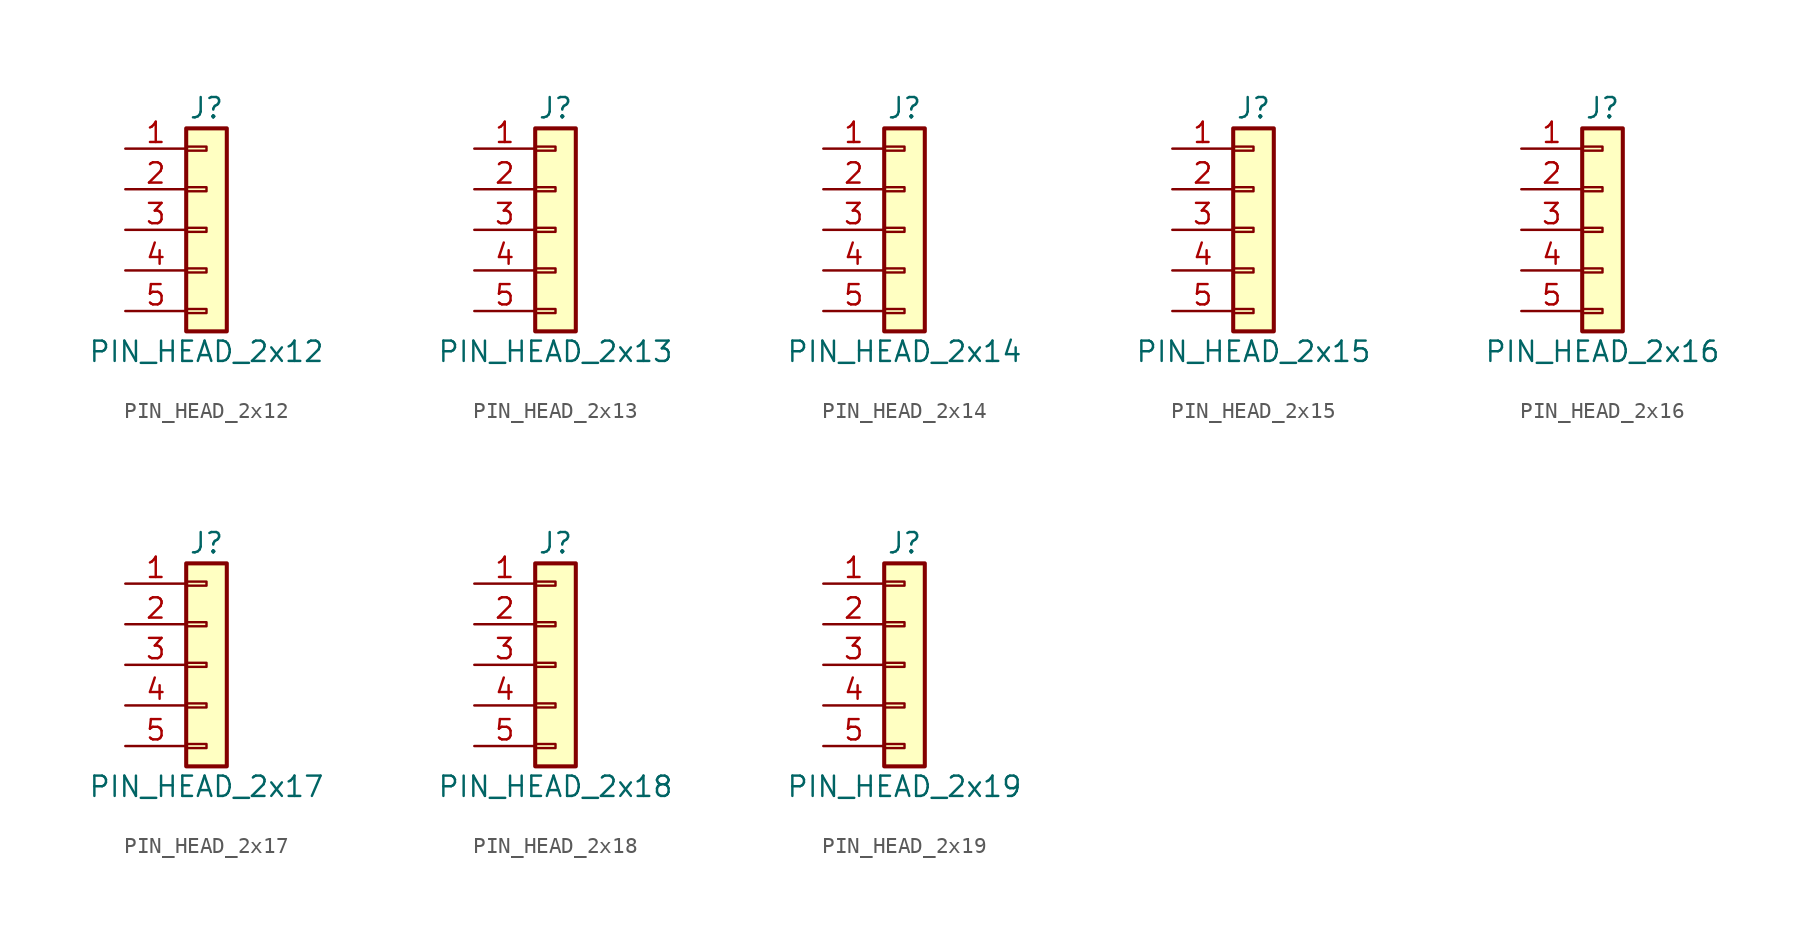
<source format=kicad_sym>
(kicad_symbol_lib
  (version 20211014)
  (generator kicad_symbol_editor)
  (symbol "PIN_HEAD_2x12"
    (pin_names
      (offset 1.016) hide)
    (property "Reference" "J"
      (at 0 7.62 0)
      (effects (font (size 1.27 1.27))))
    (property "Value" "PIN_HEAD_2x12"
      (at 0 -7.62 0)
      (effects (font (size 1.27 1.27))))
    (symbol "PIN_HEAD_2x12_1_1"
      (rectangle (start -1.27 -4.953) (end 0 -5.207) (stroke (width 0.152) (type default) (color 0 0 0 0)) (fill (type none)))
      (rectangle (start -1.27 -2.413) (end 0 -2.667) (stroke (width 0.152) (type default) (color 0 0 0 0)) (fill (type none)))
      (rectangle (start -1.27 0.127) (end 0 -0.127) (stroke (width 0.152) (type default) (color 0 0 0 0)) (fill (type none)))
      (rectangle (start -1.27 2.667) (end 0 2.413) (stroke (width 0.152) (type default) (color 0 0 0 0)) (fill (type none)))
      (rectangle (start -1.27 5.207) (end 0 4.953) (stroke (width 0.152) (type default) (color 0 0 0 0)) (fill (type none)))
      (rectangle (start -1.27 6.35) (end 1.27 -6.35) (stroke (width 0.254) (type default) (color 0 0 0 0)) (fill (type background)))
      (pin passive line (at -5.08 5.08 0) (length 3.81) (name "Pin_1" (effects (font (size 1.27 1.27)))) (number "1" (effects (font (size 1.27 1.27)))))
      (pin passive line (at -5.08 2.54 0) (length 3.81) (name "Pin_2" (effects (font (size 1.27 1.27)))) (number "2" (effects (font (size 1.27 1.27)))))
      (pin passive line (at -5.08 0 0) (length 3.81) (name "Pin_3" (effects (font (size 1.27 1.27)))) (number "3" (effects (font (size 1.27 1.27)))))
      (pin passive line (at -5.08 -2.54 0) (length 3.81) (name "Pin_4" (effects (font (size 1.27 1.27)))) (number "4" (effects (font (size 1.27 1.27)))))
      (pin passive line (at -5.08 -5.08 0) (length 3.81) (name "Pin_5" (effects (font (size 1.27 1.27)))) (number "5" (effects (font (size 1.27 1.27)))))))
  (symbol "PIN_HEAD_2x13"
    (pin_names
      (offset 1.016) hide)
    (property "Reference" "J"
      (at 0 7.62 0)
      (effects (font (size 1.27 1.27))))
    (property "Value" "PIN_HEAD_2x13"
      (at 0 -7.62 0)
      (effects (font (size 1.27 1.27))))
    (symbol "PIN_HEAD_2x13_1_1"
      (rectangle (start -1.27 -4.953) (end 0 -5.207) (stroke (width 0.152) (type default) (color 0 0 0 0)) (fill (type none)))
      (rectangle (start -1.27 -2.413) (end 0 -2.667) (stroke (width 0.152) (type default) (color 0 0 0 0)) (fill (type none)))
      (rectangle (start -1.27 0.127) (end 0 -0.127) (stroke (width 0.152) (type default) (color 0 0 0 0)) (fill (type none)))
      (rectangle (start -1.27 2.667) (end 0 2.413) (stroke (width 0.152) (type default) (color 0 0 0 0)) (fill (type none)))
      (rectangle (start -1.27 5.207) (end 0 4.953) (stroke (width 0.152) (type default) (color 0 0 0 0)) (fill (type none)))
      (rectangle (start -1.27 6.35) (end 1.27 -6.35) (stroke (width 0.254) (type default) (color 0 0 0 0)) (fill (type background)))
      (pin passive line (at -5.08 5.08 0) (length 3.81) (name "Pin_1" (effects (font (size 1.27 1.27)))) (number "1" (effects (font (size 1.27 1.27)))))
      (pin passive line (at -5.08 2.54 0) (length 3.81) (name "Pin_2" (effects (font (size 1.27 1.27)))) (number "2" (effects (font (size 1.27 1.27)))))
      (pin passive line (at -5.08 0 0) (length 3.81) (name "Pin_3" (effects (font (size 1.27 1.27)))) (number "3" (effects (font (size 1.27 1.27)))))
      (pin passive line (at -5.08 -2.54 0) (length 3.81) (name "Pin_4" (effects (font (size 1.27 1.27)))) (number "4" (effects (font (size 1.27 1.27)))))
      (pin passive line (at -5.08 -5.08 0) (length 3.81) (name "Pin_5" (effects (font (size 1.27 1.27)))) (number "5" (effects (font (size 1.27 1.27)))))))
  (symbol "PIN_HEAD_2x14"
    (pin_names
      (offset 1.016) hide)
    (property "Reference" "J"
      (at 0 7.62 0)
      (effects (font (size 1.27 1.27))))
    (property "Value" "PIN_HEAD_2x14"
      (at 0 -7.62 0)
      (effects (font (size 1.27 1.27))))
    (symbol "PIN_HEAD_2x14_1_1"
      (rectangle (start -1.27 -4.953) (end 0 -5.207) (stroke (width 0.152) (type default) (color 0 0 0 0)) (fill (type none)))
      (rectangle (start -1.27 -2.413) (end 0 -2.667) (stroke (width 0.152) (type default) (color 0 0 0 0)) (fill (type none)))
      (rectangle (start -1.27 0.127) (end 0 -0.127) (stroke (width 0.152) (type default) (color 0 0 0 0)) (fill (type none)))
      (rectangle (start -1.27 2.667) (end 0 2.413) (stroke (width 0.152) (type default) (color 0 0 0 0)) (fill (type none)))
      (rectangle (start -1.27 5.207) (end 0 4.953) (stroke (width 0.152) (type default) (color 0 0 0 0)) (fill (type none)))
      (rectangle (start -1.27 6.35) (end 1.27 -6.35) (stroke (width 0.254) (type default) (color 0 0 0 0)) (fill (type background)))
      (pin passive line (at -5.08 5.08 0) (length 3.81) (name "Pin_1" (effects (font (size 1.27 1.27)))) (number "1" (effects (font (size 1.27 1.27)))))
      (pin passive line (at -5.08 2.54 0) (length 3.81) (name "Pin_2" (effects (font (size 1.27 1.27)))) (number "2" (effects (font (size 1.27 1.27)))))
      (pin passive line (at -5.08 0 0) (length 3.81) (name "Pin_3" (effects (font (size 1.27 1.27)))) (number "3" (effects (font (size 1.27 1.27)))))
      (pin passive line (at -5.08 -2.54 0) (length 3.81) (name "Pin_4" (effects (font (size 1.27 1.27)))) (number "4" (effects (font (size 1.27 1.27)))))
      (pin passive line (at -5.08 -5.08 0) (length 3.81) (name "Pin_5" (effects (font (size 1.27 1.27)))) (number "5" (effects (font (size 1.27 1.27)))))))
  (symbol "PIN_HEAD_2x15"
    (pin_names
      (offset 1.016) hide)
    (property "Reference" "J"
      (at 0 7.62 0)
      (effects (font (size 1.27 1.27))))
    (property "Value" "PIN_HEAD_2x15"
      (at 0 -7.62 0)
      (effects (font (size 1.27 1.27))))
    (symbol "PIN_HEAD_2x15_1_1"
      (rectangle (start -1.27 -4.953) (end 0 -5.207) (stroke (width 0.152) (type default) (color 0 0 0 0)) (fill (type none)))
      (rectangle (start -1.27 -2.413) (end 0 -2.667) (stroke (width 0.152) (type default) (color 0 0 0 0)) (fill (type none)))
      (rectangle (start -1.27 0.127) (end 0 -0.127) (stroke (width 0.152) (type default) (color 0 0 0 0)) (fill (type none)))
      (rectangle (start -1.27 2.667) (end 0 2.413) (stroke (width 0.152) (type default) (color 0 0 0 0)) (fill (type none)))
      (rectangle (start -1.27 5.207) (end 0 4.953) (stroke (width 0.152) (type default) (color 0 0 0 0)) (fill (type none)))
      (rectangle (start -1.27 6.35) (end 1.27 -6.35) (stroke (width 0.254) (type default) (color 0 0 0 0)) (fill (type background)))
      (pin passive line (at -5.08 5.08 0) (length 3.81) (name "Pin_1" (effects (font (size 1.27 1.27)))) (number "1" (effects (font (size 1.27 1.27)))))
      (pin passive line (at -5.08 2.54 0) (length 3.81) (name "Pin_2" (effects (font (size 1.27 1.27)))) (number "2" (effects (font (size 1.27 1.27)))))
      (pin passive line (at -5.08 0 0) (length 3.81) (name "Pin_3" (effects (font (size 1.27 1.27)))) (number "3" (effects (font (size 1.27 1.27)))))
      (pin passive line (at -5.08 -2.54 0) (length 3.81) (name "Pin_4" (effects (font (size 1.27 1.27)))) (number "4" (effects (font (size 1.27 1.27)))))
      (pin passive line (at -5.08 -5.08 0) (length 3.81) (name "Pin_5" (effects (font (size 1.27 1.27)))) (number "5" (effects (font (size 1.27 1.27)))))))
  (symbol "PIN_HEAD_2x16"
    (pin_names
      (offset 1.016) hide)
    (property "Reference" "J"
      (at 0 7.62 0)
      (effects (font (size 1.27 1.27))))
    (property "Value" "PIN_HEAD_2x16"
      (at 0 -7.62 0)
      (effects (font (size 1.27 1.27))))
    (symbol "PIN_HEAD_2x16_1_1"
      (rectangle (start -1.27 -4.953) (end 0 -5.207) (stroke (width 0.152) (type default) (color 0 0 0 0)) (fill (type none)))
      (rectangle (start -1.27 -2.413) (end 0 -2.667) (stroke (width 0.152) (type default) (color 0 0 0 0)) (fill (type none)))
      (rectangle (start -1.27 0.127) (end 0 -0.127) (stroke (width 0.152) (type default) (color 0 0 0 0)) (fill (type none)))
      (rectangle (start -1.27 2.667) (end 0 2.413) (stroke (width 0.152) (type default) (color 0 0 0 0)) (fill (type none)))
      (rectangle (start -1.27 5.207) (end 0 4.953) (stroke (width 0.152) (type default) (color 0 0 0 0)) (fill (type none)))
      (rectangle (start -1.27 6.35) (end 1.27 -6.35) (stroke (width 0.254) (type default) (color 0 0 0 0)) (fill (type background)))
      (pin passive line (at -5.08 5.08 0) (length 3.81) (name "Pin_1" (effects (font (size 1.27 1.27)))) (number "1" (effects (font (size 1.27 1.27)))))
      (pin passive line (at -5.08 2.54 0) (length 3.81) (name "Pin_2" (effects (font (size 1.27 1.27)))) (number "2" (effects (font (size 1.27 1.27)))))
      (pin passive line (at -5.08 0 0) (length 3.81) (name "Pin_3" (effects (font (size 1.27 1.27)))) (number "3" (effects (font (size 1.27 1.27)))))
      (pin passive line (at -5.08 -2.54 0) (length 3.81) (name "Pin_4" (effects (font (size 1.27 1.27)))) (number "4" (effects (font (size 1.27 1.27)))))
      (pin passive line (at -5.08 -5.08 0) (length 3.81) (name "Pin_5" (effects (font (size 1.27 1.27)))) (number "5" (effects (font (size 1.27 1.27)))))))
  (symbol "PIN_HEAD_2x17"
    (pin_names
      (offset 1.016) hide)
    (property "Reference" "J"
      (at 0 7.62 0)
      (effects (font (size 1.27 1.27))))
    (property "Value" "PIN_HEAD_2x17"
      (at 0 -7.62 0)
      (effects (font (size 1.27 1.27))))
    (symbol "PIN_HEAD_2x17_1_1"
      (rectangle (start -1.27 -4.953) (end 0 -5.207) (stroke (width 0.152) (type default) (color 0 0 0 0)) (fill (type none)))
      (rectangle (start -1.27 -2.413) (end 0 -2.667) (stroke (width 0.152) (type default) (color 0 0 0 0)) (fill (type none)))
      (rectangle (start -1.27 0.127) (end 0 -0.127) (stroke (width 0.152) (type default) (color 0 0 0 0)) (fill (type none)))
      (rectangle (start -1.27 2.667) (end 0 2.413) (stroke (width 0.152) (type default) (color 0 0 0 0)) (fill (type none)))
      (rectangle (start -1.27 5.207) (end 0 4.953) (stroke (width 0.152) (type default) (color 0 0 0 0)) (fill (type none)))
      (rectangle (start -1.27 6.35) (end 1.27 -6.35) (stroke (width 0.254) (type default) (color 0 0 0 0)) (fill (type background)))
      (pin passive line (at -5.08 5.08 0) (length 3.81) (name "Pin_1" (effects (font (size 1.27 1.27)))) (number "1" (effects (font (size 1.27 1.27)))))
      (pin passive line (at -5.08 2.54 0) (length 3.81) (name "Pin_2" (effects (font (size 1.27 1.27)))) (number "2" (effects (font (size 1.27 1.27)))))
      (pin passive line (at -5.08 0 0) (length 3.81) (name "Pin_3" (effects (font (size 1.27 1.27)))) (number "3" (effects (font (size 1.27 1.27)))))
      (pin passive line (at -5.08 -2.54 0) (length 3.81) (name "Pin_4" (effects (font (size 1.27 1.27)))) (number "4" (effects (font (size 1.27 1.27)))))
      (pin passive line (at -5.08 -5.08 0) (length 3.81) (name "Pin_5" (effects (font (size 1.27 1.27)))) (number "5" (effects (font (size 1.27 1.27)))))))
  (symbol "PIN_HEAD_2x18"
    (pin_names
      (offset 1.016) hide)
    (property "Reference" "J"
      (at 0 7.62 0)
      (effects (font (size 1.27 1.27))))
    (property "Value" "PIN_HEAD_2x18"
      (at 0 -7.62 0)
      (effects (font (size 1.27 1.27))))
    (symbol "PIN_HEAD_2x18_1_1"
      (rectangle (start -1.27 -4.953) (end 0 -5.207) (stroke (width 0.152) (type default) (color 0 0 0 0)) (fill (type none)))
      (rectangle (start -1.27 -2.413) (end 0 -2.667) (stroke (width 0.152) (type default) (color 0 0 0 0)) (fill (type none)))
      (rectangle (start -1.27 0.127) (end 0 -0.127) (stroke (width 0.152) (type default) (color 0 0 0 0)) (fill (type none)))
      (rectangle (start -1.27 2.667) (end 0 2.413) (stroke (width 0.152) (type default) (color 0 0 0 0)) (fill (type none)))
      (rectangle (start -1.27 5.207) (end 0 4.953) (stroke (width 0.152) (type default) (color 0 0 0 0)) (fill (type none)))
      (rectangle (start -1.27 6.35) (end 1.27 -6.35) (stroke (width 0.254) (type default) (color 0 0 0 0)) (fill (type background)))
      (pin passive line (at -5.08 5.08 0) (length 3.81) (name "Pin_1" (effects (font (size 1.27 1.27)))) (number "1" (effects (font (size 1.27 1.27)))))
      (pin passive line (at -5.08 2.54 0) (length 3.81) (name "Pin_2" (effects (font (size 1.27 1.27)))) (number "2" (effects (font (size 1.27 1.27)))))
      (pin passive line (at -5.08 0 0) (length 3.81) (name "Pin_3" (effects (font (size 1.27 1.27)))) (number "3" (effects (font (size 1.27 1.27)))))
      (pin passive line (at -5.08 -2.54 0) (length 3.81) (name "Pin_4" (effects (font (size 1.27 1.27)))) (number "4" (effects (font (size 1.27 1.27)))))
      (pin passive line (at -5.08 -5.08 0) (length 3.81) (name "Pin_5" (effects (font (size 1.27 1.27)))) (number "5" (effects (font (size 1.27 1.27)))))))
  (symbol "PIN_HEAD_2x19"
    (pin_names
      (offset 1.016) hide)
    (property "Reference" "J"
      (at 0 7.62 0)
      (effects (font (size 1.27 1.27))))
    (property "Value" "PIN_HEAD_2x19"
      (at 0 -7.62 0)
      (effects (font (size 1.27 1.27))))
    (symbol "PIN_HEAD_2x19_1_1"
      (rectangle (start -1.27 -4.953) (end 0 -5.207) (stroke (width 0.152) (type default) (color 0 0 0 0)) (fill (type none)))
      (rectangle (start -1.27 -2.413) (end 0 -2.667) (stroke (width 0.152) (type default) (color 0 0 0 0)) (fill (type none)))
      (rectangle (start -1.27 0.127) (end 0 -0.127) (stroke (width 0.152) (type default) (color 0 0 0 0)) (fill (type none)))
      (rectangle (start -1.27 2.667) (end 0 2.413) (stroke (width 0.152) (type default) (color 0 0 0 0)) (fill (type none)))
      (rectangle (start -1.27 5.207) (end 0 4.953) (stroke (width 0.152) (type default) (color 0 0 0 0)) (fill (type none)))
      (rectangle (start -1.27 6.35) (end 1.27 -6.35) (stroke (width 0.254) (type default) (color 0 0 0 0)) (fill (type background)))
      (pin passive line (at -5.08 5.08 0) (length 3.81) (name "Pin_1" (effects (font (size 1.27 1.27)))) (number "1" (effects (font (size 1.27 1.27)))))
      (pin passive line (at -5.08 2.54 0) (length 3.81) (name "Pin_2" (effects (font (size 1.27 1.27)))) (number "2" (effects (font (size 1.27 1.27)))))
      (pin passive line (at -5.08 0 0) (length 3.81) (name "Pin_3" (effects (font (size 1.27 1.27)))) (number "3" (effects (font (size 1.27 1.27)))))
      (pin passive line (at -5.08 -2.54 0) (length 3.81) (name "Pin_4" (effects (font (size 1.27 1.27)))) (number "4" (effects (font (size 1.27 1.27)))))
      (pin passive line (at -5.08 -5.08 0) (length 3.81) (name "Pin_5" (effects (font (size 1.27 1.27)))) (number "5" (effects (font (size 1.27 1.27))))))))
</source>
